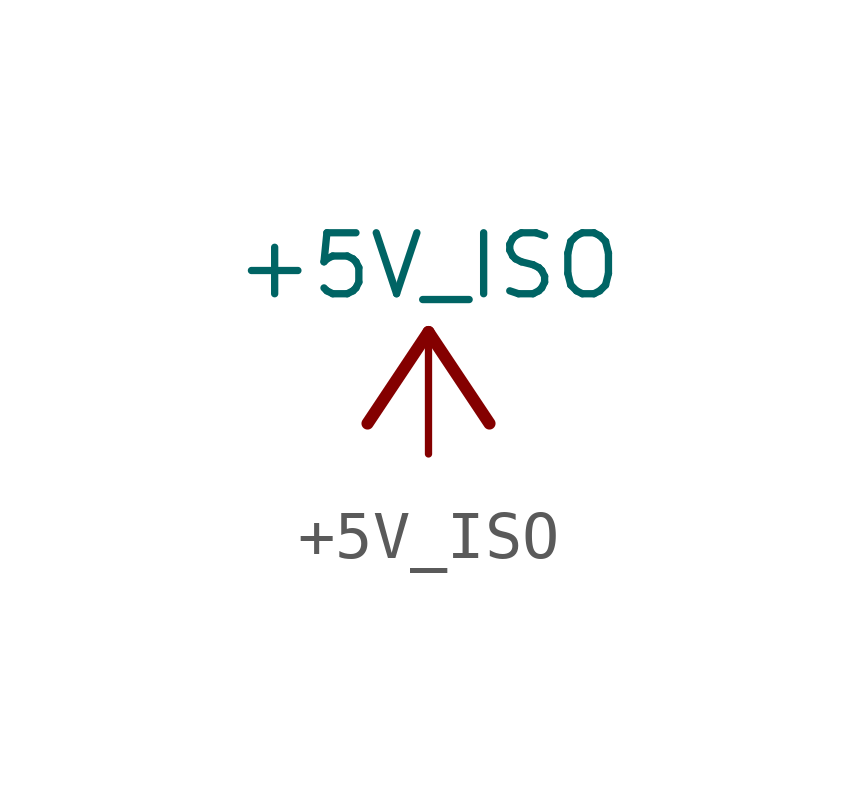
<source format=kicad_sym>
(kicad_symbol_lib
  (version 20241209)
  (generator "kicad_symbol_editor")
  (generator_version "9.0")
  (symbol "+5V_ISO"
    (power)
    (property "Reference" "#+5V_ISO"
      (at 0 0 0)
      (effects (font (size 1.27 1.27)) (hide yes)))
    (property "Value" "+5V_ISO"
      (at 0 3.175 0)
      (effects (font (size 1.27 1.27)) (justify bottom)))
    (property "ki_locked" ""
      (at 0 0 0)
      (effects (font (size 1.27 1.27))))
    (symbol "+5V_ISO_1_0"
      (polyline (pts (xy 0 2.54) (xy -1.27 0.635)) (stroke (width 0.254) (type solid)) (fill (type none)))
      (polyline (pts (xy 1.27 0.635) (xy 0 2.54)) (stroke (width 0.254) (type solid)) (fill (type none)))
      (pin power_in line (at 0 0 90) (length 2.54) (name "+5V_ISO" (effects (font (size 0 0)))) (number "1" (effects (font (size 0 0))))))))
</source>
